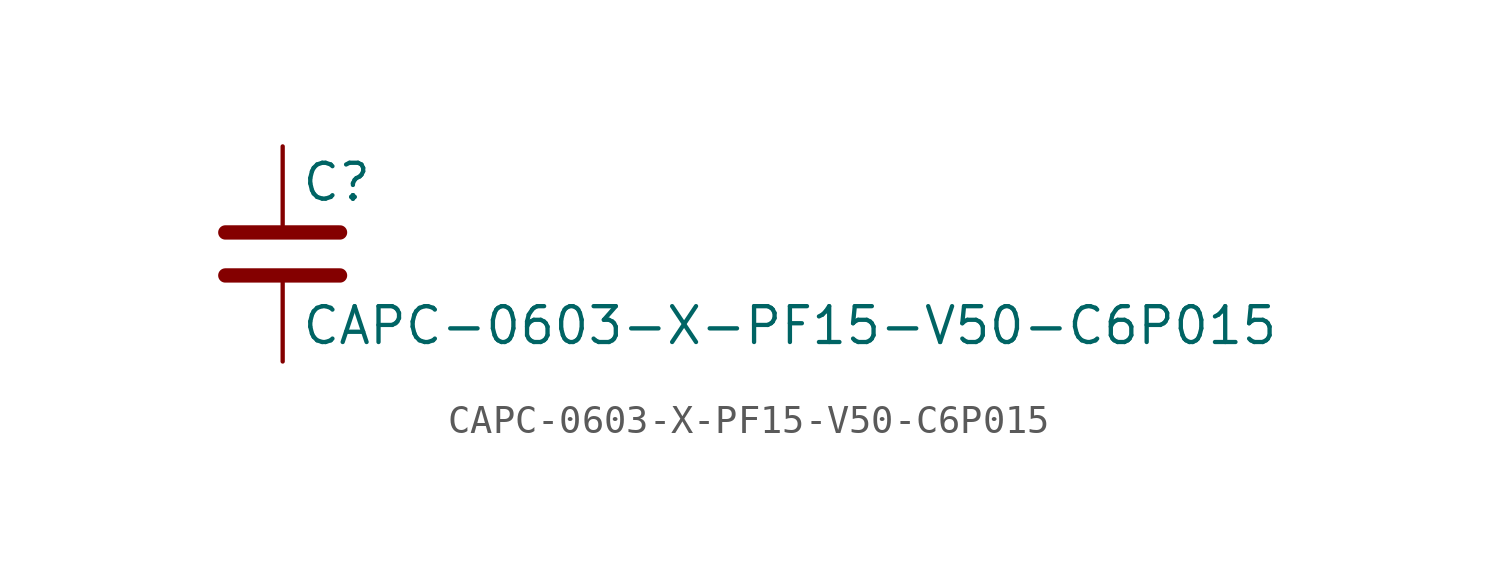
<source format=kicad_sym>
(kicad_symbol_lib
  (version 20211014)
  (generator kicad_symbol_editor)
  (symbol "CAPC-0603-X-PF15-V50-C6P015"
    (pin_numbers hide)
    (pin_names
      (offset 0.254))
    (property "Reference" "C"
      (at 0.635 2.54 0)
      (effects (font (size 1.27 1.27)) (justify left)))
    (property "Value" "CAPC-0603-X-PF15-V50-C6P015"
      (at 0.635 -2.54 0)
      (effects (font (size 1.27 1.27)) (justify left)))
    (symbol "CAPC-0603-X-PF15-V50-C6P015_0_1"
      (polyline (pts (xy -2.032 -0.762) (xy 2.032 -0.762)) (stroke (width 0.508) (type default) (color 0 0 0 0)) (fill (type none)))
      (polyline (pts (xy -2.032 0.762) (xy 2.032 0.762)) (stroke (width 0.508) (type default) (color 0 0 0 0)) (fill (type none))))
    (symbol "CAPC-0603-X-PF15-V50-C6P015_1_1"
      (pin passive line (at 0 3.81 270) (length 2.794) (name "~" (effects (font (size 1.27 1.27)))) (number "1" (effects (font (size 1.27 1.27)))))
      (pin passive line (at 0 -3.81 90) (length 2.794) (name "~" (effects (font (size 1.27 1.27)))) (number "2" (effects (font (size 1.27 1.27))))))))
</source>
